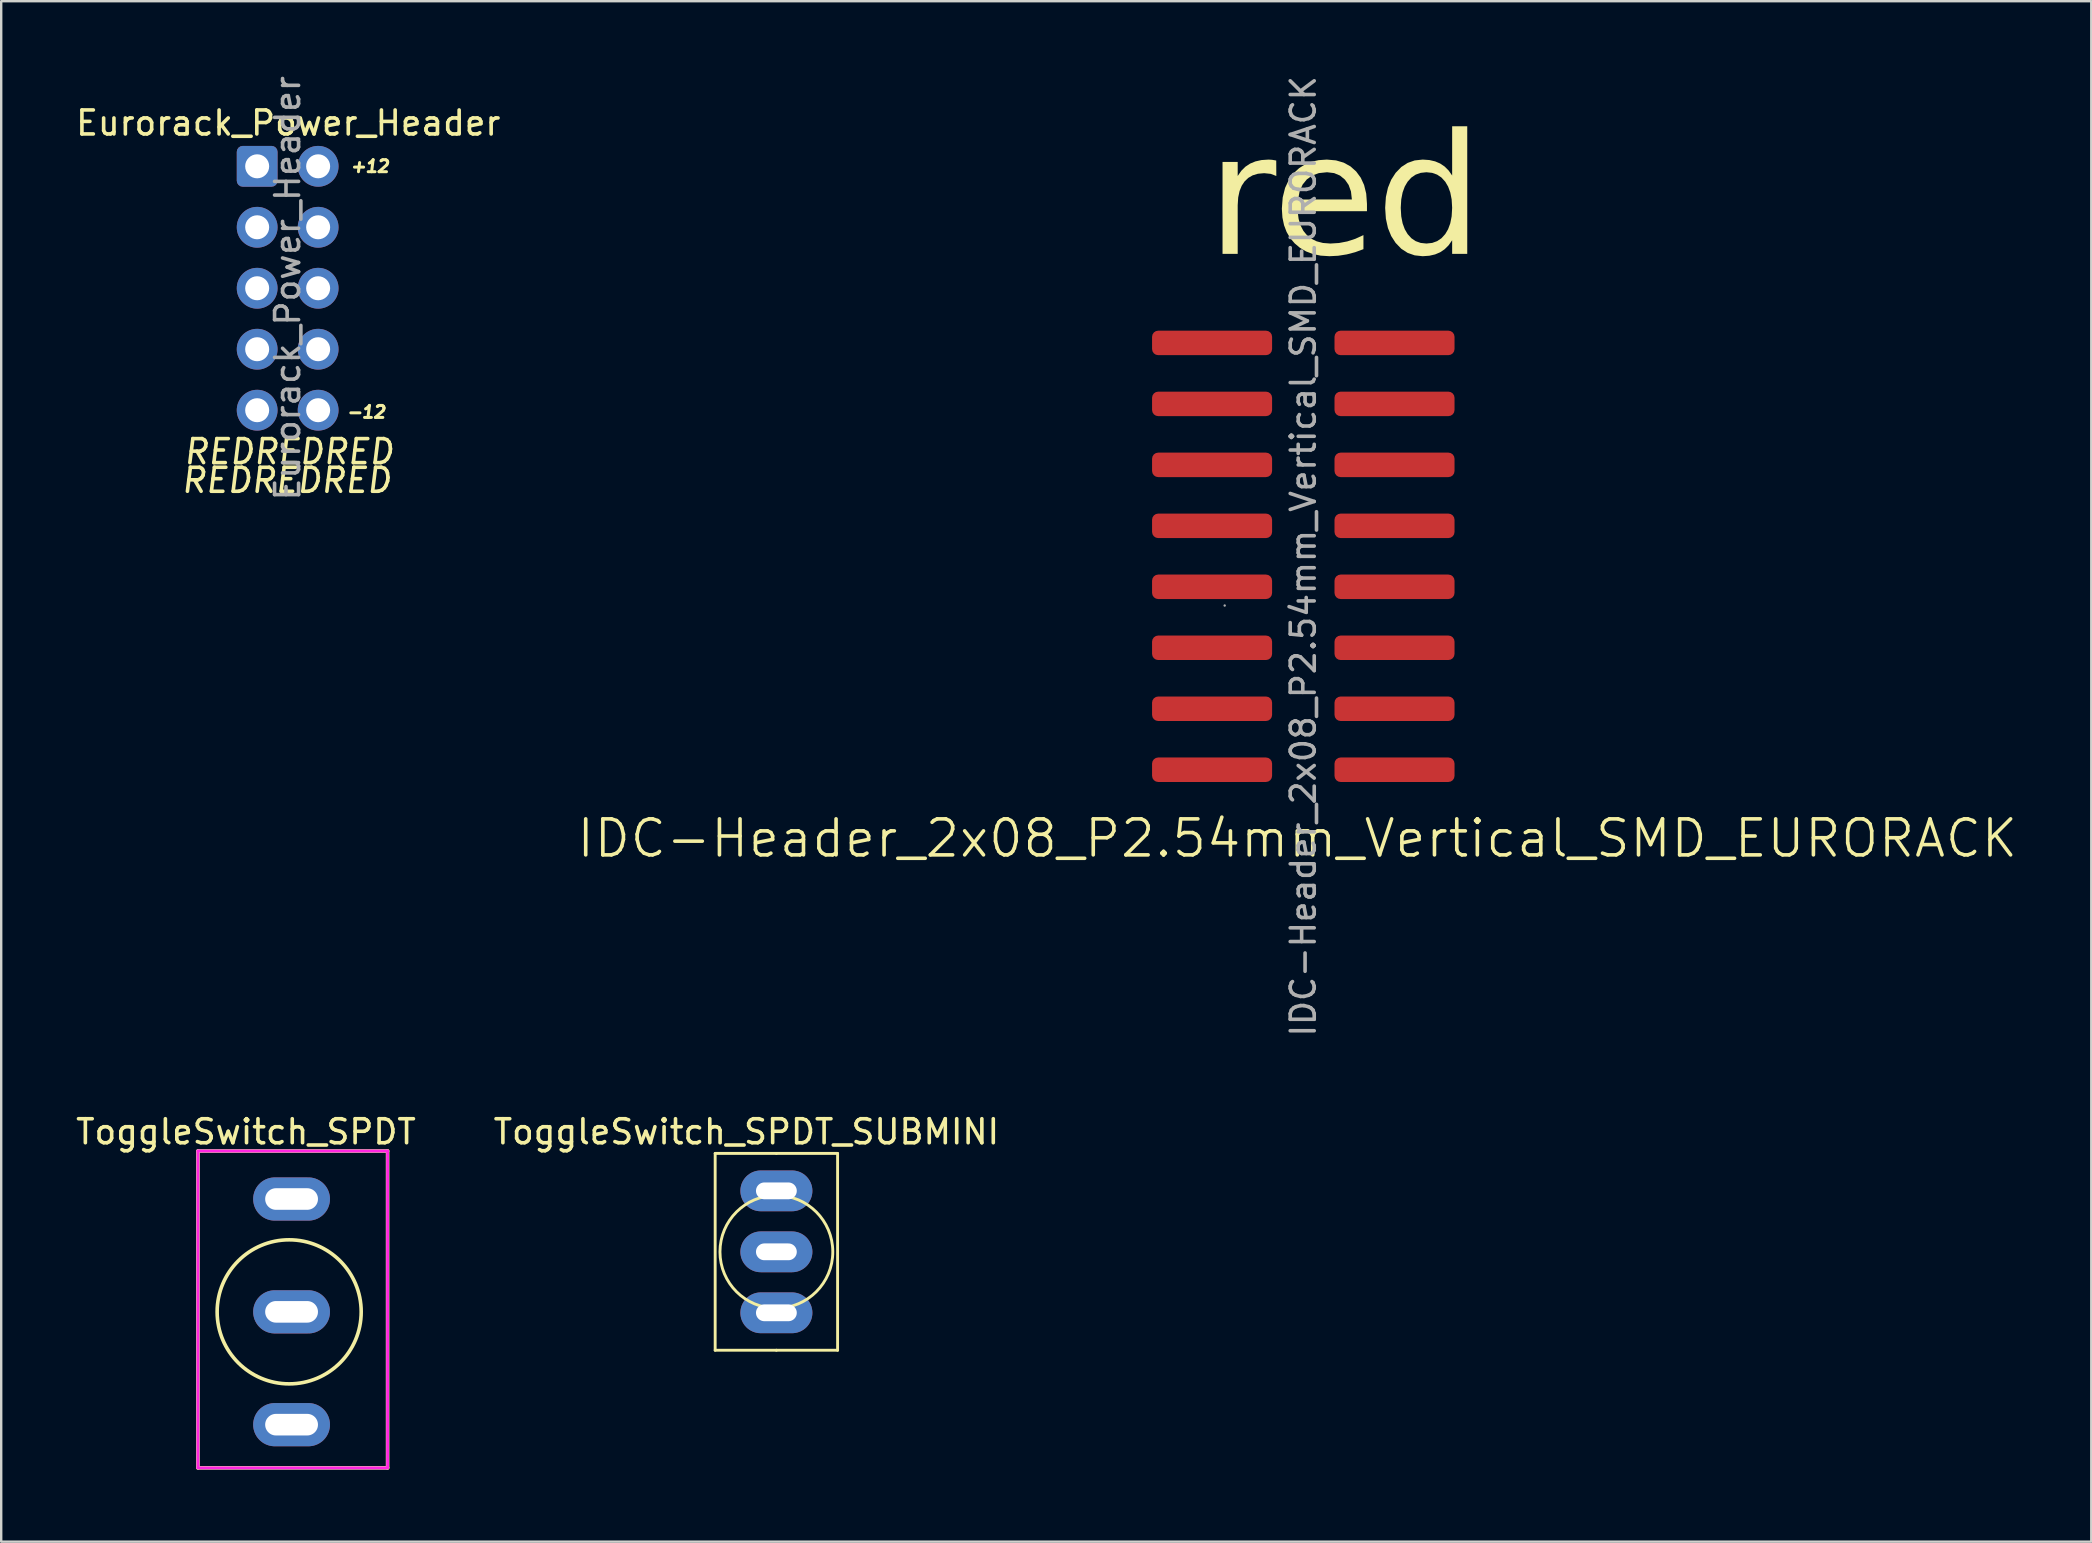
<source format=kicad_pcb>
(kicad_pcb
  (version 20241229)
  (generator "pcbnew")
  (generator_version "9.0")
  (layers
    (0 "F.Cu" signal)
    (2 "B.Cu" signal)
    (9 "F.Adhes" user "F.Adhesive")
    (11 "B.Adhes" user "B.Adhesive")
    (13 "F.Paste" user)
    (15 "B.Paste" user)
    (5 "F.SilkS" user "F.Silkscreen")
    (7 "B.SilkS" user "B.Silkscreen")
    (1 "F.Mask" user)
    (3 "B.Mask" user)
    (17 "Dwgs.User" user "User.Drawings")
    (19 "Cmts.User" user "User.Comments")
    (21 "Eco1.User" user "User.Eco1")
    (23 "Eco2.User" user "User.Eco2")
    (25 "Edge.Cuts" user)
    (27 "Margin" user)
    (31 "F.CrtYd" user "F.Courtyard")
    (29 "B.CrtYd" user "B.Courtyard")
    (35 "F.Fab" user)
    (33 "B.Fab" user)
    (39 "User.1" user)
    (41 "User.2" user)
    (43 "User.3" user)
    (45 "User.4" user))
  (footprint "ToggleSwitch_SPDT"
    (layer "F.Cu")
    (at 8.996 51.598)
    (property "Reference" "ToggleSwitch_SPDT" (at -1.8 -7.5 0) (layer "F.SilkS") (effects (font (size 1 1) (thickness 0.15))))
    (attr through_hole)
    (fp_line (start -3.8 -6.7) (end 4.1 -6.7) (stroke (width 0.15) (type solid)) (layer "F.SilkS"))
    (fp_line (start -3.8 6.5) (end -3.8 -6.7) (stroke (width 0.15) (type solid)) (layer "F.SilkS"))
    (fp_line (start 4.1 -6.7) (end 4.1 6.5) (stroke (width 0.15) (type solid)) (layer "F.SilkS"))
    (fp_line (start 4.1 6.5) (end -3.8 6.5) (stroke (width 0.15) (type solid)) (layer "F.SilkS"))
    (fp_circle (center 0 0) (end 3 0.05) (stroke (width 0.15) (type solid)) (fill no) (layer "F.SilkS"))
    (fp_line (start -3.8 -6.7) (end -3.8 6.5) (stroke (width 0.12) (type solid)) (layer "F.CrtYd"))
    (fp_line (start 4.1 -6.7) (end -3.8 -6.7) (stroke (width 0.12) (type solid)) (layer "F.CrtYd"))
    (fp_line (start 4.1 -6.7) (end 4.1 6.5) (stroke (width 0.12) (type solid)) (layer "F.CrtYd"))
    (fp_line (start 4.1 6.5) (end -3.8 6.5) (stroke (width 0.12) (type solid)) (layer "F.CrtYd"))
    (pad "1" thru_hole oval (at 0.1 -4.7) (size 3.2 1.8) (drill oval 2.2 0.9) (layers "*.Cu" "*.Mask"))
    (pad "2" thru_hole oval (at 0.1 0) (size 3.2 1.8) (drill oval 2.2 0.9) (layers "*.Cu" "*.Mask"))
    (pad "3" thru_hole oval (at 0.1 4.7) (size 3.2 1.8) (drill oval 2.2 0.9) (layers "*.Cu" "*.Mask")))
  (footprint "IDC-Header_2x08_P2.54mm_Vertical_SMD_EURORACK"
    (layer "F.Cu")
    (at 51.242 20.125)
    (property "Reference" "IDC-Header_2x08_P2.54mm_Vertical_SMD_EURORACK" (at -0.25 11.75 0) (layer "F.SilkS") (effects (font (size 1.5 1.5) (thickness 0.15))))
    (attr smd)
    (fp_line (start -3.275 2.05) (end -3.275 2.05) (stroke (width 0.1) (type solid)) (layer "F.Fab"))
    (fp_text user "red" (at -4 -11.75 0) (unlocked yes) (layer "F.SilkS") (effects (font (face "Lobster") (size 5 5) (thickness 0.15)) (justify left bottom)))
    (fp_text user "${REFERENCE}" (at 0 0 90) (layer "F.Fab") (effects (font (size 1 1) (thickness 0.15))))
    (pad "1" smd roundrect (at -3.8 -8.89) (size 5 1.02) (layers "F.Cu" "F.Mask" "F.Paste") (roundrect_rratio 0.25))
    (pad "2" smd roundrect (at 3.8 -8.89) (size 5 1.02) (layers "F.Cu" "F.Mask" "F.Paste") (roundrect_rratio 0.25))
    (pad "3" smd roundrect (at -3.8 -6.35) (size 5 1.02) (layers "F.Cu" "F.Mask" "F.Paste") (roundrect_rratio 0.25))
    (pad "4" smd roundrect (at 3.8 -6.35) (size 5 1.02) (layers "F.Cu" "F.Mask" "F.Paste") (roundrect_rratio 0.25))
    (pad "5" smd roundrect (at -3.8 -3.81) (size 5 1.02) (layers "F.Cu" "F.Mask" "F.Paste") (roundrect_rratio 0.25))
    (pad "6" smd roundrect (at 3.8 -3.81) (size 5 1.02) (layers "F.Cu" "F.Mask" "F.Paste") (roundrect_rratio 0.25))
    (pad "7" smd roundrect (at -3.8 -1.27) (size 5 1.02) (layers "F.Cu" "F.Mask" "F.Paste") (roundrect_rratio 0.25))
    (pad "8" smd roundrect (at 3.8 -1.27) (size 5 1.02) (layers "F.Cu" "F.Mask" "F.Paste") (roundrect_rratio 0.25))
    (pad "9" smd roundrect (at -3.8 1.27) (size 5 1.02) (layers "F.Cu" "F.Mask" "F.Paste") (roundrect_rratio 0.25))
    (pad "10" smd roundrect (at 3.8 1.27) (size 5 1.02) (layers "F.Cu" "F.Mask" "F.Paste") (roundrect_rratio 0.25))
    (pad "11" smd roundrect (at -3.8 3.81) (size 5 1.02) (layers "F.Cu" "F.Mask" "F.Paste") (roundrect_rratio 0.25))
    (pad "12" smd roundrect (at 3.8 3.81) (size 5 1.02) (layers "F.Cu" "F.Mask" "F.Paste") (roundrect_rratio 0.25))
    (pad "13" smd roundrect (at -3.8 6.35) (size 5 1.02) (layers "F.Cu" "F.Mask" "F.Paste") (roundrect_rratio 0.25))
    (pad "14" smd roundrect (at 3.8 6.35) (size 5 1.02) (layers "F.Cu" "F.Mask" "F.Paste") (roundrect_rratio 0.25))
    (pad "15" smd roundrect (at -3.8 8.89) (size 5 1.02) (layers "F.Cu" "F.Mask" "F.Paste") (roundrect_rratio 0.25))
    (pad "16" smd roundrect (at 3.8 8.89) (size 5 1.02) (layers "F.Cu" "F.Mask" "F.Paste") (roundrect_rratio 0.25)))
  (footprint "ToggleSwitch_SPDT_SUBMINI"
    (layer "F.Cu")
    (at 29.292 49.098)
    (property "Reference" "ToggleSwitch_SPDT_SUBMINI" (at -1.25 -5 180) (layer "F.SilkS") (effects (font (size 1 1) (thickness 0.15))))
    (attr through_hole)
    (fp_line (start -2.55 -4.1) (end -2.55 4.1) (stroke (width 0.12) (type solid)) (layer "F.SilkS"))
    (fp_line (start 0 -4.1) (end -2.55 -4.1) (stroke (width 0.12) (type solid)) (layer "F.SilkS"))
    (fp_line (start 0 -4.1) (end 2.55 -4.1) (stroke (width 0.12) (type solid)) (layer "F.SilkS"))
    (fp_line (start 0 4.1) (end -2.55 4.1) (stroke (width 0.12) (type solid)) (layer "F.SilkS"))
    (fp_line (start 0 4.1) (end 2.55 4.1) (stroke (width 0.12) (type solid)) (layer "F.SilkS"))
    (fp_line (start 2.55 4.1) (end 2.55 -4.1) (stroke (width 0.12) (type solid)) (layer "F.SilkS"))
    (fp_circle (center 0 0) (end 2.35 0) (stroke (width 0.12) (type solid)) (fill no) (layer "F.SilkS"))
    (pad "1" thru_hole oval (at 0 -2.54) (size 3 1.7) (drill oval 1.7 0.7) (layers "*.Cu" "*.Mask"))
    (pad "2" thru_hole oval (at 0 0) (size 3 1.7) (drill oval 1.7 0.7) (layers "*.Cu" "*.Mask"))
    (pad "3" thru_hole oval (at 0 2.54) (size 3 1.7) (drill oval 1.7 0.7) (layers "*.Cu" "*.Mask")))
  (footprint "Eurorack_Power_Header"
    (layer "F.Cu")
    (at 7.663 3.878)
    (property "Reference" "Eurorack_Power_Header" (at 1.295 -1.803 180) (layer "F.SilkS") (effects (font (size 1 1) (thickness 0.15))))
    (attr through_hole)
    (fp_text user "REDREDRED" (at 1.321 11.887 0) (unlocked yes) (layer "F.SilkS") (effects (font (size 1 1) (thickness 0.15) (italic yes))))
    (fp_text user "-12" (at 4.547 10.236 0) (unlocked yes) (layer "F.SilkS") (effects (font (size 0.5 0.5) (thickness 0.125) (italic yes))))
    (fp_text user "REDREDRED" (at 1.219 13.081 0) (unlocked yes) (layer "F.SilkS") (effects (font (size 1 1) (thickness 0.15) (italic yes))))
    (fp_text user "+12" (at 4.699 0 0) (unlocked yes) (layer "F.SilkS") (effects (font (size 0.5 0.5) (thickness 0.125) (italic yes))))
    (fp_text user "${REFERENCE}" (at 1.27 5.08 90) (layer "F.Fab") (effects (font (size 1 1) (thickness 0.15))))
    (pad "1" thru_hole roundrect (at 0 0) (size 1.7 1.7) (drill 1) (layers "*.Cu" "*.Mask") (roundrect_rratio 0.147))
    (pad "2" thru_hole circle (at 2.54 0) (size 1.7 1.7) (drill 1) (layers "*.Cu" "*.Mask"))
    (pad "3" thru_hole circle (at 0 2.54) (size 1.7 1.7) (drill 1) (layers "*.Cu" "*.Mask"))
    (pad "4" thru_hole circle (at 2.54 2.54) (size 1.7 1.7) (drill 1) (layers "*.Cu" "*.Mask"))
    (pad "5" thru_hole circle (at 0 5.08) (size 1.7 1.7) (drill 1) (layers "*.Cu" "*.Mask"))
    (pad "6" thru_hole circle (at 2.54 5.08) (size 1.7 1.7) (drill 1) (layers "*.Cu" "*.Mask"))
    (pad "7" thru_hole circle (at 0 7.62) (size 1.7 1.7) (drill 1) (layers "*.Cu" "*.Mask"))
    (pad "8" thru_hole circle (at 2.54 7.62) (size 1.7 1.7) (drill 1) (layers "*.Cu" "*.Mask"))
    (pad "9" thru_hole circle (at 0 10.16) (size 1.7 1.7) (drill 1) (layers "*.Cu" "*.Mask"))
    (pad "10" thru_hole circle (at 2.54 10.16) (size 1.7 1.7) (drill 1) (layers "*.Cu" "*.Mask")))
  (gr_rect
    (start -3 -3)
    (end 84.067 61.173)
    (stroke (width 0.1) (type default))
    (fill no)
    (layer "Edge.Cuts")))
</source>
